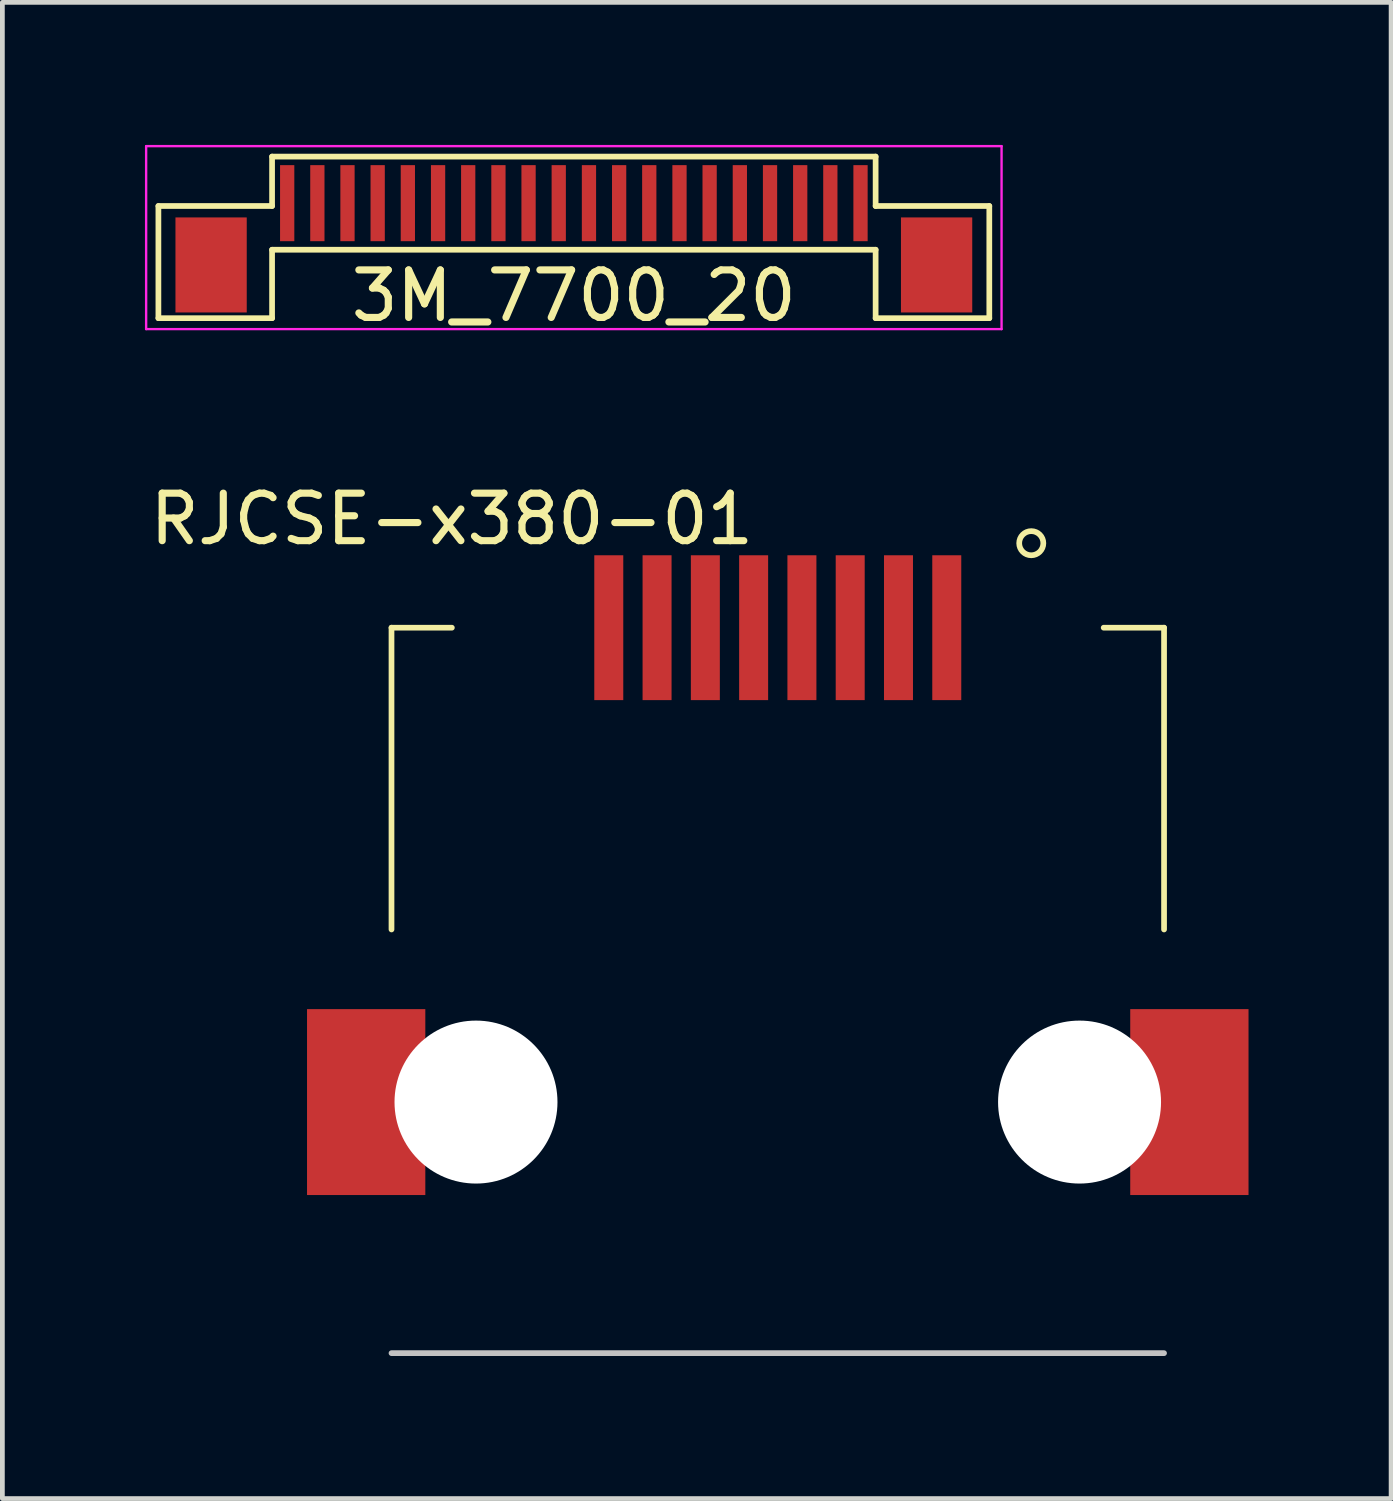
<source format=kicad_pcb>
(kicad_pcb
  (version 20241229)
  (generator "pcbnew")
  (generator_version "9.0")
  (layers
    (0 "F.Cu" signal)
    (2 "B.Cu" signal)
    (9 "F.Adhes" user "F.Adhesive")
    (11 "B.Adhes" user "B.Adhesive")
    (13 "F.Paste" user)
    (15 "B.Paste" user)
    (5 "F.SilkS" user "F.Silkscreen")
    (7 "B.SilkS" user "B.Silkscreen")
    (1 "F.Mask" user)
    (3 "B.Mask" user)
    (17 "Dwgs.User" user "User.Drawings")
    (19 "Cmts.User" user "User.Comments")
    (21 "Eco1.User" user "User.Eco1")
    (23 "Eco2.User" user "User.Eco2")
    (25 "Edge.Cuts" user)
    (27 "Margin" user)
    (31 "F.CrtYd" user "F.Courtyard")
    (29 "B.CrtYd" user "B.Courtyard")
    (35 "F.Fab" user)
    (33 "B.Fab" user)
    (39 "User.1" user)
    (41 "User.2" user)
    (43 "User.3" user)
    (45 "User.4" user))
  (footprint "3M_7700_20"
    (layer "F.Cu")
    (at 9.025 1.225)
    (property "Reference" "3M_7700_20" (at 0 1.95 0) (layer "F.SilkS") (effects (font (size 1 1) (thickness 0.15))))
    (attr smd)
    (fp_line (start -8.742 0.06) (end -6.35 0.06) (stroke (width 0.12) (type solid)) (layer "F.SilkS"))
    (fp_line (start -8.742 2.42) (end -8.742 0.06) (stroke (width 0.12) (type solid)) (layer "F.SilkS"))
    (fp_line (start -6.35 -0.98) (end 6.35 -0.98) (stroke (width 0.12) (type solid)) (layer "F.SilkS"))
    (fp_line (start -6.35 0.06) (end -6.35 -0.98) (stroke (width 0.12) (type solid)) (layer "F.SilkS"))
    (fp_line (start -6.35 0.98) (end -6.35 2.42) (stroke (width 0.12) (type solid)) (layer "F.SilkS"))
    (fp_line (start -6.35 0.98) (end 6.35 0.98) (stroke (width 0.12) (type solid)) (layer "F.SilkS"))
    (fp_line (start -6.35 2.42) (end -8.742 2.42) (stroke (width 0.12) (type solid)) (layer "F.SilkS"))
    (fp_line (start 6.35 0.06) (end 6.35 -0.98) (stroke (width 0.12) (type solid)) (layer "F.SilkS"))
    (fp_line (start 6.35 0.98) (end 6.35 2.42) (stroke (width 0.12) (type solid)) (layer "F.SilkS"))
    (fp_line (start 6.35 2.42) (end 8.742 2.42) (stroke (width 0.12) (type solid)) (layer "F.SilkS"))
    (fp_line (start 8.742 0.06) (end 6.35 0.06) (stroke (width 0.12) (type solid)) (layer "F.SilkS"))
    (fp_line (start 8.742 2.42) (end 8.742 0.06) (stroke (width 0.12) (type solid)) (layer "F.SilkS"))
    (fp_line (start -9 -1.2) (end -9 2.65) (stroke (width 0.05) (type solid)) (layer "F.CrtYd"))
    (fp_line (start -9 -1.2) (end 9 -1.2) (stroke (width 0.05) (type solid)) (layer "F.CrtYd"))
    (fp_line (start -9 2.65) (end 9 2.65) (stroke (width 0.05) (type solid)) (layer "F.CrtYd"))
    (fp_line (start 9 -1.2) (end 9 2.65) (stroke (width 0.05) (type solid)) (layer "F.CrtYd"))
    (pad "1" smd rect (at -6.032 0) (size 0.3 1.6) (layers "F.Cu" "F.Mask" "F.Paste"))
    (pad "2" smd rect (at -5.397 0) (size 0.3 1.6) (layers "F.Cu" "F.Mask" "F.Paste"))
    (pad "3" smd rect (at -4.763 0) (size 0.3 1.6) (layers "F.Cu" "F.Mask" "F.Paste"))
    (pad "4" smd rect (at -4.128 0) (size 0.3 1.6) (layers "F.Cu" "F.Mask" "F.Paste"))
    (pad "5" smd rect (at -3.493 0) (size 0.3 1.6) (layers "F.Cu" "F.Mask" "F.Paste"))
    (pad "6" smd rect (at -2.857 0) (size 0.3 1.6) (layers "F.Cu" "F.Mask" "F.Paste"))
    (pad "7" smd rect (at -2.223 0) (size 0.3 1.6) (layers "F.Cu" "F.Mask" "F.Paste"))
    (pad "8" smd rect (at -1.587 0) (size 0.3 1.6) (layers "F.Cu" "F.Mask" "F.Paste"))
    (pad "9" smd rect (at -0.953 0) (size 0.3 1.6) (layers "F.Cu" "F.Mask" "F.Paste"))
    (pad "10" smd rect (at -0.318 0) (size 0.3 1.6) (layers "F.Cu" "F.Mask" "F.Paste"))
    (pad "11" smd rect (at 0.318 0) (size 0.3 1.6) (layers "F.Cu" "F.Mask" "F.Paste"))
    (pad "12" smd rect (at 0.953 0) (size 0.3 1.6) (layers "F.Cu" "F.Mask" "F.Paste"))
    (pad "13" smd rect (at 1.587 0) (size 0.3 1.6) (layers "F.Cu" "F.Mask" "F.Paste"))
    (pad "14" smd rect (at 2.223 0) (size 0.3 1.6) (layers "F.Cu" "F.Mask" "F.Paste"))
    (pad "15" smd rect (at 2.857 0) (size 0.3 1.6) (layers "F.Cu" "F.Mask" "F.Paste"))
    (pad "16" smd rect (at 3.493 0) (size 0.3 1.6) (layers "F.Cu" "F.Mask" "F.Paste"))
    (pad "17" smd rect (at 4.128 0) (size 0.3 1.6) (layers "F.Cu" "F.Mask" "F.Paste"))
    (pad "18" smd rect (at 4.763 0) (size 0.3 1.6) (layers "F.Cu" "F.Mask" "F.Paste"))
    (pad "19" smd rect (at 5.397 0) (size 0.3 1.6) (layers "F.Cu" "F.Mask" "F.Paste"))
    (pad "20" smd rect (at 6.032 0) (size 0.3 1.6) (layers "F.Cu" "F.Mask" "F.Paste"))
    (pad "SH" smd rect (at -7.633 1.3) (size 1.5 2) (layers "F.Cu" "F.Mask" "F.Paste"))
    (pad "SH" smd rect (at 7.633 1.3) (size 1.5 2) (layers "F.Cu" "F.Mask" "F.Paste")))
  (footprint "RJCSE-x380-01"
    (layer "F.Cu")
    (at 13.316 10.158)
    (property "Reference" "RJCSE-x380-01" (at -6.858 -2.286 0) (layer "F.SilkS") (effects (font (size 1 1) (thickness 0.15))))
    (attr smd)
    (fp_line (start -8.128 0) (end -8.128 6.35) (stroke (width 0.12) (type solid)) (layer "F.SilkS"))
    (fp_line (start -8.128 0) (end -6.858 0) (stroke (width 0.12) (type solid)) (layer "F.SilkS"))
    (fp_line (start 8.128 0) (end 6.858 0) (stroke (width 0.12) (type solid)) (layer "F.SilkS"))
    (fp_line (start 8.128 0) (end 8.128 6.35) (stroke (width 0.12) (type solid)) (layer "F.SilkS"))
    (fp_circle (center 5.334 -1.778) (end 5.588 -1.778) (stroke (width 0.12) (type solid)) (fill no) (layer "F.SilkS"))
    (fp_line (start -8.128 15.265) (end 8.128 15.265) (stroke (width 0.12) (type solid)) (layer "Dwgs.User"))
    (pad "" np_thru_hole circle (at -6.35 9.982) (size 3.429 3.429) (drill 3.429) (layers "*.Cu" "*.Mask"))
    (pad "" np_thru_hole circle (at 6.35 9.982) (size 3.429 3.429) (drill 3.429) (layers "*.Cu" "*.Mask"))
    (pad "1" smd rect (at 3.556 0) (size 0.61 3.048) (layers "F.Cu" "F.Mask" "F.Paste"))
    (pad "2" smd rect (at 2.54 0) (size 0.61 3.048) (layers "F.Cu" "F.Mask" "F.Paste"))
    (pad "3" smd rect (at 1.524 0) (size 0.61 3.048) (layers "F.Cu" "F.Mask" "F.Paste"))
    (pad "4" smd rect (at 0.508 0) (size 0.61 3.048) (layers "F.Cu" "F.Mask" "F.Paste"))
    (pad "5" smd rect (at -0.508 0) (size 0.61 3.048) (layers "F.Cu" "F.Mask" "F.Paste"))
    (pad "6" smd rect (at -1.524 0) (size 0.61 3.048) (layers "F.Cu" "F.Mask" "F.Paste"))
    (pad "7" smd rect (at -2.54 0) (size 0.61 3.048) (layers "F.Cu" "F.Mask" "F.Paste"))
    (pad "8" smd rect (at -3.556 0) (size 0.61 3.048) (layers "F.Cu" "F.Mask" "F.Paste"))
    (pad "SH" smd rect (at -8.661 9.982) (size 2.489 3.912) (layers "F.Cu" "F.Mask" "F.Paste"))
    (pad "SH" smd rect (at 8.661 9.982) (size 2.489 3.912) (layers "F.Cu" "F.Mask" "F.Paste")))
  (gr_rect
    (start -3 -3)
    (end 26.222 28.483)
    (stroke (width 0.1) (type default))
    (fill no)
    (layer "Edge.Cuts")))
</source>
